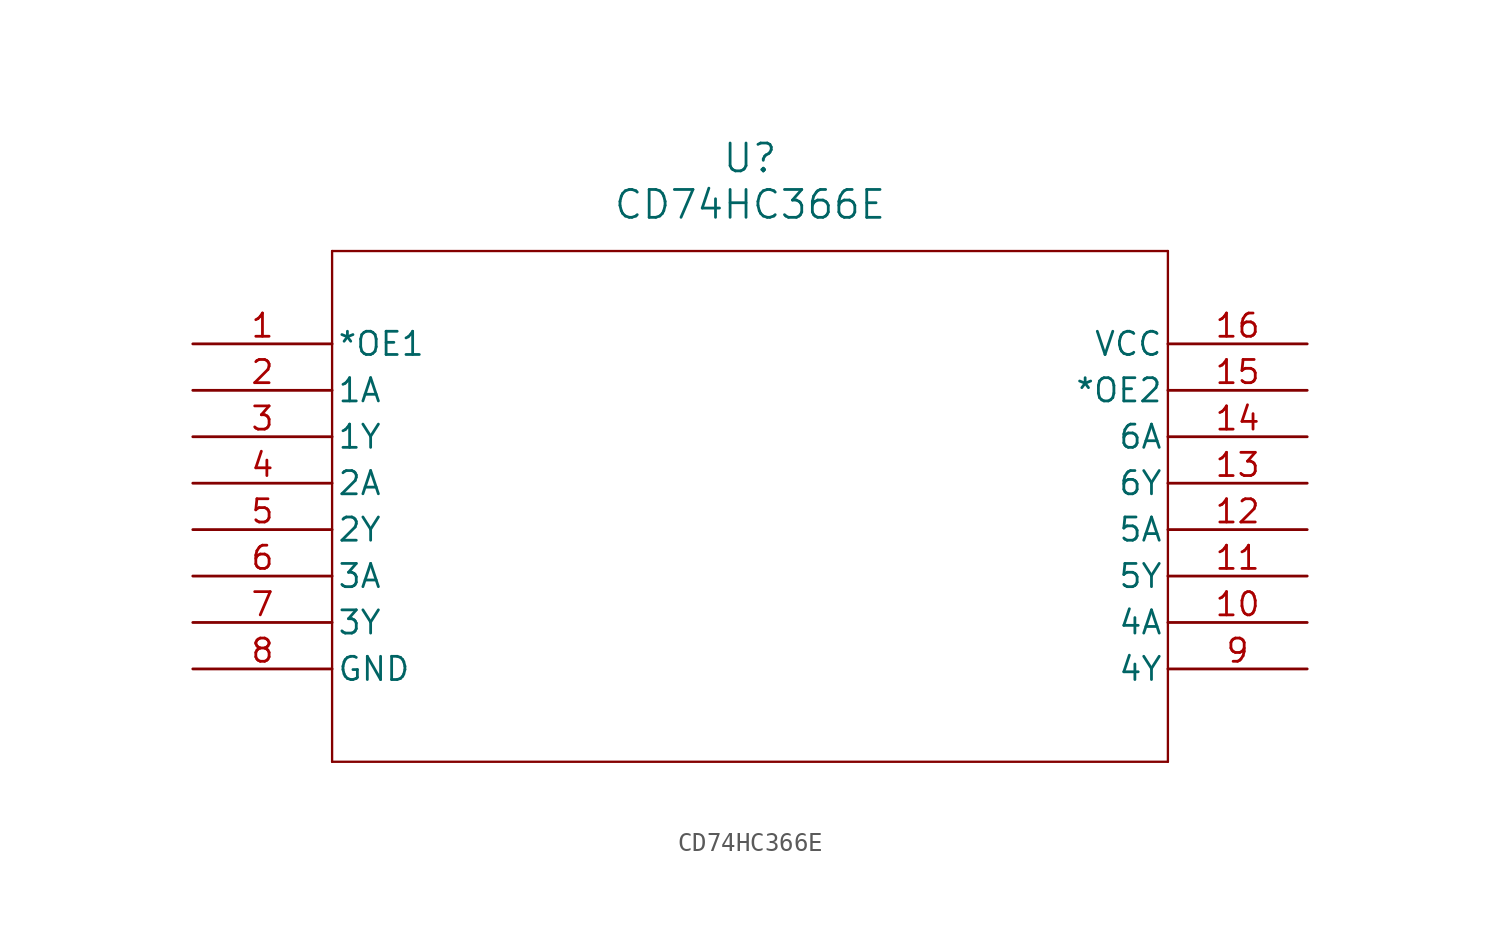
<source format=kicad_sym>
(kicad_symbol_lib
  (version 20211014)
  (generator kicad_symbol_editor)
  (symbol "CD74HC366E"
    (pin_names
      (offset 0.254))
    (property "Reference" "U"
      (at 30.48 10.16 0)
      (effects (font (size 1.524 1.524))))
    (property "Value" "CD74HC366E"
      (at 30.48 7.62 0)
      (effects (font (size 1.524 1.524))))
    (symbol "CD74HC366E_0_1"
      (polyline (pts (xy 7.62 5.08) (xy 7.62 -22.86)) (stroke (width 0.127) (type default) (color 0 0 0 0)) (fill (type none)))
      (polyline (pts (xy 7.62 -22.86) (xy 53.34 -22.86)) (stroke (width 0.127) (type default) (color 0 0 0 0)) (fill (type none)))
      (polyline (pts (xy 53.34 -22.86) (xy 53.34 5.08)) (stroke (width 0.127) (type default) (color 0 0 0 0)) (fill (type none)))
      (polyline (pts (xy 53.34 5.08) (xy 7.62 5.08)) (stroke (width 0.127) (type default) (color 0 0 0 0)) (fill (type none)))
      (pin input line (at 0 0 0) (length 7.62) (name "*OE1" (effects (font (size 1.27 1.27)))) (number "1" (effects (font (size 1.27 1.27)))))
      (pin input line (at 0 -2.54 0) (length 7.62) (name "1A" (effects (font (size 1.27 1.27)))) (number "2" (effects (font (size 1.27 1.27)))))
      (pin output line (at 0 -5.08 0) (length 7.62) (name "1Y" (effects (font (size 1.27 1.27)))) (number "3" (effects (font (size 1.27 1.27)))))
      (pin input line (at 0 -7.62 0) (length 7.62) (name "2A" (effects (font (size 1.27 1.27)))) (number "4" (effects (font (size 1.27 1.27)))))
      (pin output line (at 0 -10.16 0) (length 7.62) (name "2Y" (effects (font (size 1.27 1.27)))) (number "5" (effects (font (size 1.27 1.27)))))
      (pin input line (at 0 -12.7 0) (length 7.62) (name "3A" (effects (font (size 1.27 1.27)))) (number "6" (effects (font (size 1.27 1.27)))))
      (pin output line (at 0 -15.24 0) (length 7.62) (name "3Y" (effects (font (size 1.27 1.27)))) (number "7" (effects (font (size 1.27 1.27)))))
      (pin power_in line (at 0 -17.78 0) (length 7.62) (name "GND" (effects (font (size 1.27 1.27)))) (number "8" (effects (font (size 1.27 1.27)))))
      (pin output line (at 60.96 -17.78 180) (length 7.62) (name "4Y" (effects (font (size 1.27 1.27)))) (number "9" (effects (font (size 1.27 1.27)))))
      (pin input line (at 60.96 -15.24 180) (length 7.62) (name "4A" (effects (font (size 1.27 1.27)))) (number "10" (effects (font (size 1.27 1.27)))))
      (pin output line (at 60.96 -12.7 180) (length 7.62) (name "5Y" (effects (font (size 1.27 1.27)))) (number "11" (effects (font (size 1.27 1.27)))))
      (pin input line (at 60.96 -10.16 180) (length 7.62) (name "5A" (effects (font (size 1.27 1.27)))) (number "12" (effects (font (size 1.27 1.27)))))
      (pin output line (at 60.96 -7.62 180) (length 7.62) (name "6Y" (effects (font (size 1.27 1.27)))) (number "13" (effects (font (size 1.27 1.27)))))
      (pin input line (at 60.96 -5.08 180) (length 7.62) (name "6A" (effects (font (size 1.27 1.27)))) (number "14" (effects (font (size 1.27 1.27)))))
      (pin input line (at 60.96 -2.54 180) (length 7.62) (name "*OE2" (effects (font (size 1.27 1.27)))) (number "15" (effects (font (size 1.27 1.27)))))
      (pin power_in line (at 60.96 0 180) (length 7.62) (name "VCC" (effects (font (size 1.27 1.27)))) (number "16" (effects (font (size 1.27 1.27))))))))
</source>
